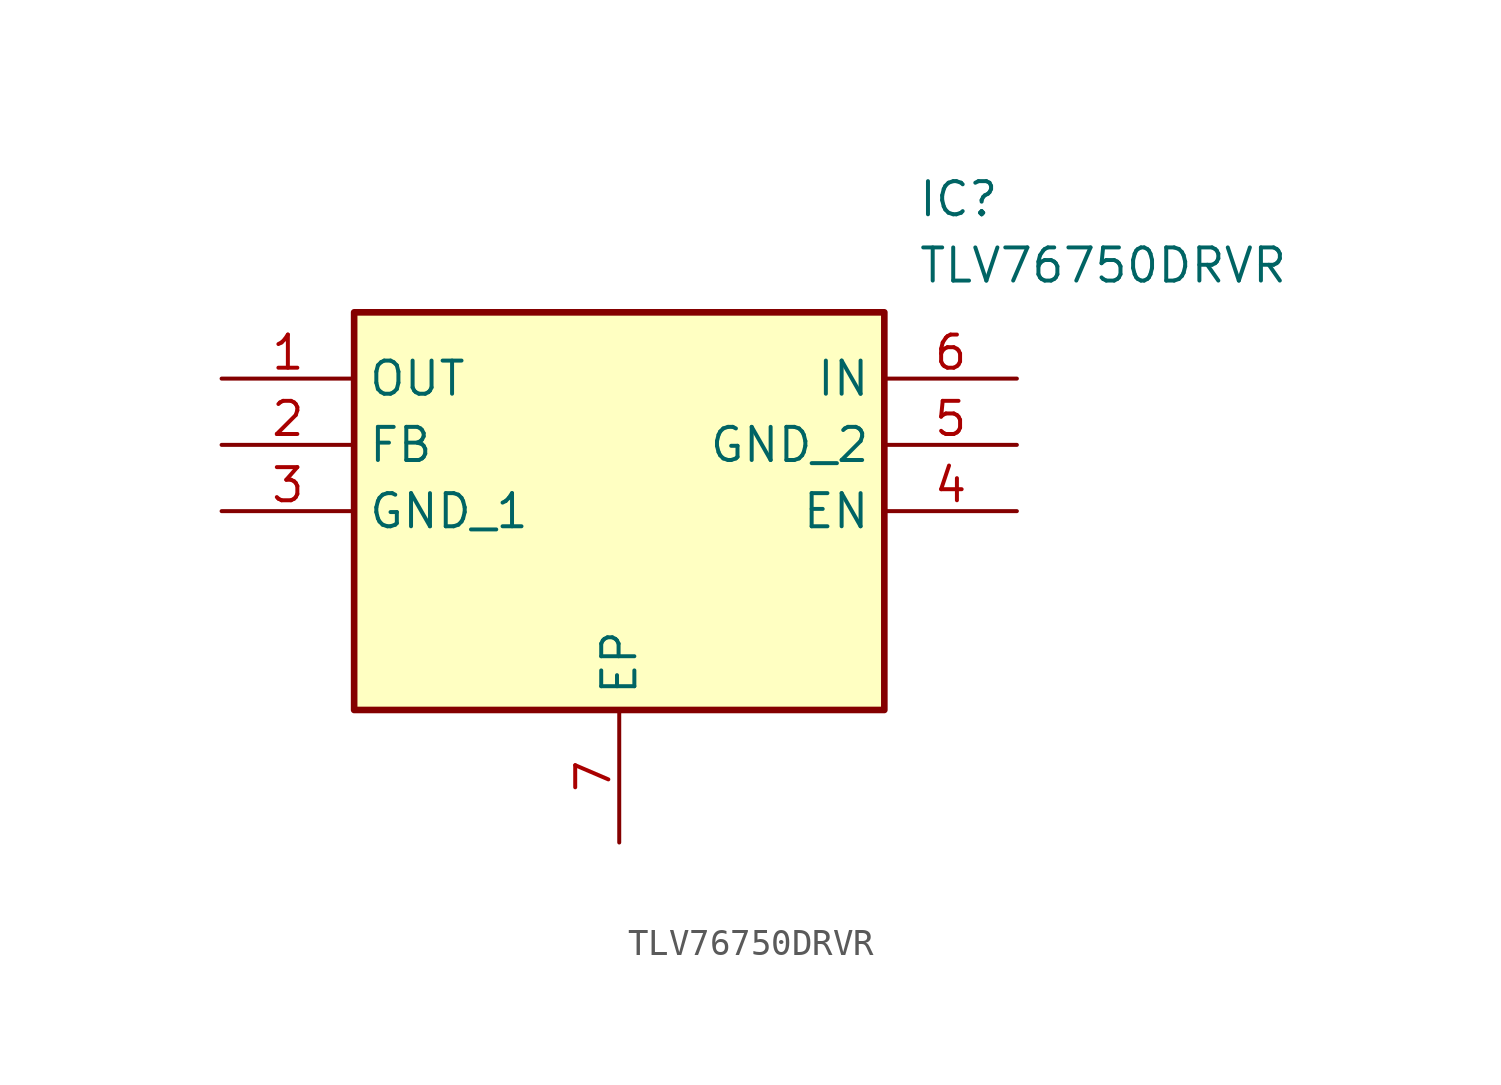
<source format=kicad_sym>
(kicad_symbol_lib
  (version 20211014)
  (generator SamacSys_ECAD_Model)
  (symbol "TLV76750DRVR"
    (property "Reference" "IC"
      (at 26.67 7.62 0)
      (effects (font (size 1.27 1.27)) (justify left top)))
    (property "Value" "TLV76750DRVR"
      (at 26.67 5.08 0)
      (effects (font (size 1.27 1.27)) (justify left top)))
    (rectangle
      (start 5.08 2.54)
      (end 25.4 -12.7)
      (stroke (width 0.254) (type default))
      (fill (type background)))
    (pin passive line
      (at 0 0 0)
      (length 5.08)
      (name "OUT" (effects (font (size 1.27 1.27))))
      (number "1" (effects (font (size 1.27 1.27)))))
    (pin passive line
      (at 0 -2.54 0)
      (length 5.08)
      (name "FB" (effects (font (size 1.27 1.27))))
      (number "2" (effects (font (size 1.27 1.27)))))
    (pin passive line
      (at 0 -5.08 0)
      (length 5.08)
      (name "GND_1" (effects (font (size 1.27 1.27))))
      (number "3" (effects (font (size 1.27 1.27)))))
    (pin passive line
      (at 15.24 -17.78 90)
      (length 5.08)
      (name "EP" (effects (font (size 1.27 1.27))))
      (number "7" (effects (font (size 1.27 1.27)))))
    (pin passive line
      (at 30.48 0 180)
      (length 5.08)
      (name "IN" (effects (font (size 1.27 1.27))))
      (number "6" (effects (font (size 1.27 1.27)))))
    (pin passive line
      (at 30.48 -2.54 180)
      (length 5.08)
      (name "GND_2" (effects (font (size 1.27 1.27))))
      (number "5" (effects (font (size 1.27 1.27)))))
    (pin passive line
      (at 30.48 -5.08 180)
      (length 5.08)
      (name "EN" (effects (font (size 1.27 1.27))))
      (number "4" (effects (font (size 1.27 1.27)))))))
</source>
